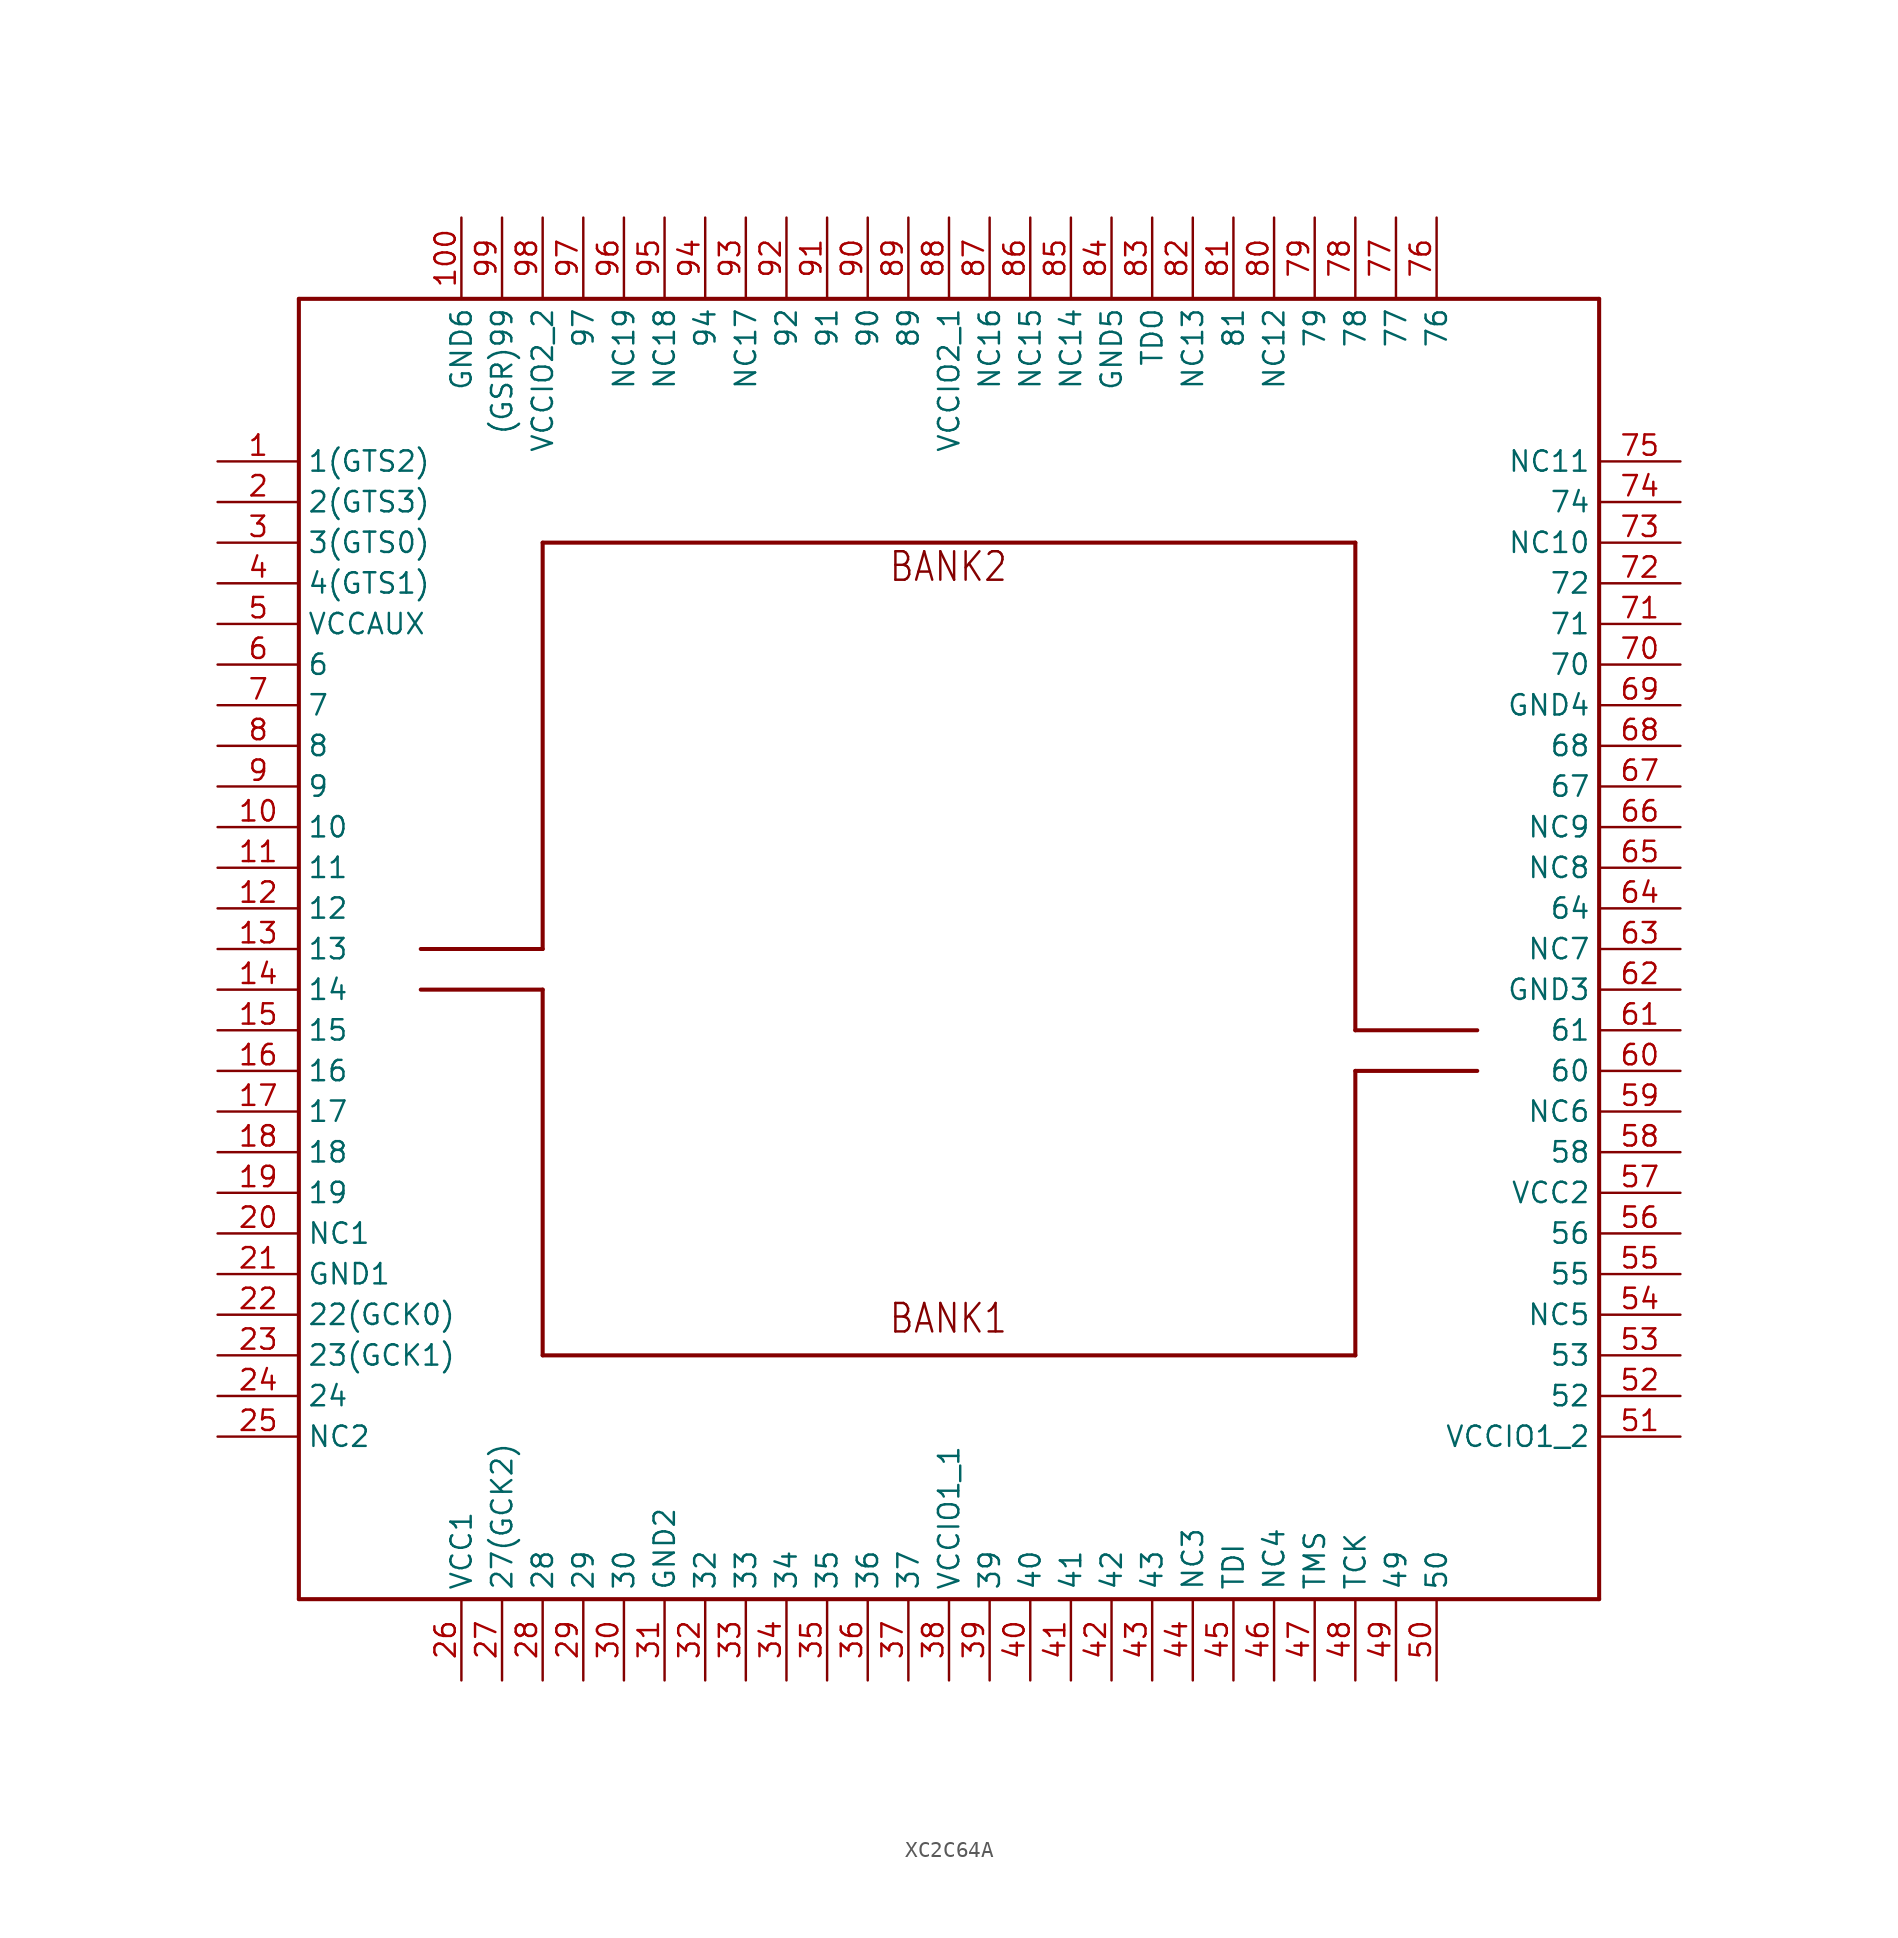
<source format=kicad_sym>
(kicad_symbol_lib
  (version 20220914)
  (generator kicad_symbol_editor)
  (symbol "XC2C64A"
    (property "Reference" ""
      (at 0 0 0)
      (effects (font (size 1.27 1.27)) hide))
    (property "ki_locked" ""
      (at 0 0 0)
      (effects (font (size 1.27 1.27))))
    (symbol "XC2C64A_1_0"
      (polyline (pts (xy -40.64 -40.64) (xy -40.64 40.64)) (stroke (width 0.254) (type solid)) (fill (type none)))
      (polyline (pts (xy -40.64 40.64) (xy 40.64 40.64)) (stroke (width 0.254) (type solid)) (fill (type none)))
      (polyline (pts (xy -33.02 -2.54) (xy -25.4 -2.54)) (stroke (width 0.254) (type solid)) (fill (type none)))
      (polyline (pts (xy -25.4 -25.4) (xy 25.4 -25.4)) (stroke (width 0.254) (type solid)) (fill (type none)))
      (polyline (pts (xy -25.4 -2.54) (xy -25.4 -25.4)) (stroke (width 0.254) (type solid)) (fill (type none)))
      (polyline (pts (xy -25.4 0) (xy -33.02 0)) (stroke (width 0.254) (type solid)) (fill (type none)))
      (polyline (pts (xy -25.4 25.4) (xy -25.4 0)) (stroke (width 0.254) (type solid)) (fill (type none)))
      (polyline (pts (xy 25.4 -25.4) (xy 25.4 -7.62)) (stroke (width 0.254) (type solid)) (fill (type none)))
      (polyline (pts (xy 25.4 -7.62) (xy 33.02 -7.62)) (stroke (width 0.254) (type solid)) (fill (type none)))
      (polyline (pts (xy 25.4 -5.08) (xy 25.4 25.4)) (stroke (width 0.254) (type solid)) (fill (type none)))
      (polyline (pts (xy 25.4 -5.08) (xy 33.02 -5.08)) (stroke (width 0.254) (type solid)) (fill (type none)))
      (polyline (pts (xy 25.4 25.4) (xy -25.4 25.4)) (stroke (width 0.254) (type solid)) (fill (type none)))
      (polyline (pts (xy 40.64 -40.64) (xy -40.64 -40.64)) (stroke (width 0.254) (type solid)) (fill (type none)))
      (polyline (pts (xy 40.64 40.64) (xy 40.64 -40.64)) (stroke (width 0.254) (type solid)) (fill (type none)))
      (text "BANK1" (at -3.81 -24.13 0) (effects (font (size 1.778 1.511)) (justify left bottom)))
      (text "BANK2" (at -3.81 22.86 0) (effects (font (size 1.778 1.511)) (justify left bottom)))
      (pin bidirectional line (at -45.72 30.48 0) (length 5.08) (name "1(GTS2)" (effects (font (size 1.27 1.27)))) (number "1" (effects (font (size 1.27 1.27)))))
      (pin bidirectional line (at -45.72 7.62 0) (length 5.08) (name "10" (effects (font (size 1.27 1.27)))) (number "10" (effects (font (size 1.27 1.27)))))
      (pin bidirectional line (at -30.48 45.72 270) (length 5.08) (name "GND6" (effects (font (size 1.27 1.27)))) (number "100" (effects (font (size 1.27 1.27)))))
      (pin bidirectional line (at -45.72 5.08 0) (length 5.08) (name "11" (effects (font (size 1.27 1.27)))) (number "11" (effects (font (size 1.27 1.27)))))
      (pin bidirectional line (at -45.72 2.54 0) (length 5.08) (name "12" (effects (font (size 1.27 1.27)))) (number "12" (effects (font (size 1.27 1.27)))))
      (pin bidirectional line (at -45.72 0 0) (length 5.08) (name "13" (effects (font (size 1.27 1.27)))) (number "13" (effects (font (size 1.27 1.27)))))
      (pin bidirectional line (at -45.72 -2.54 0) (length 5.08) (name "14" (effects (font (size 1.27 1.27)))) (number "14" (effects (font (size 1.27 1.27)))))
      (pin bidirectional line (at -45.72 -5.08 0) (length 5.08) (name "15" (effects (font (size 1.27 1.27)))) (number "15" (effects (font (size 1.27 1.27)))))
      (pin bidirectional line (at -45.72 -7.62 0) (length 5.08) (name "16" (effects (font (size 1.27 1.27)))) (number "16" (effects (font (size 1.27 1.27)))))
      (pin bidirectional line (at -45.72 -10.16 0) (length 5.08) (name "17" (effects (font (size 1.27 1.27)))) (number "17" (effects (font (size 1.27 1.27)))))
      (pin bidirectional line (at -45.72 -12.7 0) (length 5.08) (name "18" (effects (font (size 1.27 1.27)))) (number "18" (effects (font (size 1.27 1.27)))))
      (pin bidirectional line (at -45.72 -15.24 0) (length 5.08) (name "19" (effects (font (size 1.27 1.27)))) (number "19" (effects (font (size 1.27 1.27)))))
      (pin bidirectional line (at -45.72 27.94 0) (length 5.08) (name "2(GTS3)" (effects (font (size 1.27 1.27)))) (number "2" (effects (font (size 1.27 1.27)))))
      (pin bidirectional line (at -45.72 -17.78 0) (length 5.08) (name "NC1" (effects (font (size 1.27 1.27)))) (number "20" (effects (font (size 1.27 1.27)))))
      (pin bidirectional line (at -45.72 -20.32 0) (length 5.08) (name "GND1" (effects (font (size 1.27 1.27)))) (number "21" (effects (font (size 1.27 1.27)))))
      (pin bidirectional line (at -45.72 -22.86 0) (length 5.08) (name "22(GCK0)" (effects (font (size 1.27 1.27)))) (number "22" (effects (font (size 1.27 1.27)))))
      (pin bidirectional line (at -45.72 -25.4 0) (length 5.08) (name "23(GCK1)" (effects (font (size 1.27 1.27)))) (number "23" (effects (font (size 1.27 1.27)))))
      (pin bidirectional line (at -45.72 -27.94 0) (length 5.08) (name "24" (effects (font (size 1.27 1.27)))) (number "24" (effects (font (size 1.27 1.27)))))
      (pin bidirectional line (at -45.72 -30.48 0) (length 5.08) (name "NC2" (effects (font (size 1.27 1.27)))) (number "25" (effects (font (size 1.27 1.27)))))
      (pin bidirectional line (at -30.48 -45.72 90) (length 5.08) (name "VCC1" (effects (font (size 1.27 1.27)))) (number "26" (effects (font (size 1.27 1.27)))))
      (pin bidirectional line (at -27.94 -45.72 90) (length 5.08) (name "27(GCK2)" (effects (font (size 1.27 1.27)))) (number "27" (effects (font (size 1.27 1.27)))))
      (pin bidirectional line (at -25.4 -45.72 90) (length 5.08) (name "28" (effects (font (size 1.27 1.27)))) (number "28" (effects (font (size 1.27 1.27)))))
      (pin bidirectional line (at -22.86 -45.72 90) (length 5.08) (name "29" (effects (font (size 1.27 1.27)))) (number "29" (effects (font (size 1.27 1.27)))))
      (pin bidirectional line (at -45.72 25.4 0) (length 5.08) (name "3(GTS0)" (effects (font (size 1.27 1.27)))) (number "3" (effects (font (size 1.27 1.27)))))
      (pin bidirectional line (at -20.32 -45.72 90) (length 5.08) (name "30" (effects (font (size 1.27 1.27)))) (number "30" (effects (font (size 1.27 1.27)))))
      (pin bidirectional line (at -17.78 -45.72 90) (length 5.08) (name "GND2" (effects (font (size 1.27 1.27)))) (number "31" (effects (font (size 1.27 1.27)))))
      (pin bidirectional line (at -15.24 -45.72 90) (length 5.08) (name "32" (effects (font (size 1.27 1.27)))) (number "32" (effects (font (size 1.27 1.27)))))
      (pin bidirectional line (at -12.7 -45.72 90) (length 5.08) (name "33" (effects (font (size 1.27 1.27)))) (number "33" (effects (font (size 1.27 1.27)))))
      (pin bidirectional line (at -10.16 -45.72 90) (length 5.08) (name "34" (effects (font (size 1.27 1.27)))) (number "34" (effects (font (size 1.27 1.27)))))
      (pin bidirectional line (at -7.62 -45.72 90) (length 5.08) (name "35" (effects (font (size 1.27 1.27)))) (number "35" (effects (font (size 1.27 1.27)))))
      (pin bidirectional line (at -5.08 -45.72 90) (length 5.08) (name "36" (effects (font (size 1.27 1.27)))) (number "36" (effects (font (size 1.27 1.27)))))
      (pin bidirectional line (at -2.54 -45.72 90) (length 5.08) (name "37" (effects (font (size 1.27 1.27)))) (number "37" (effects (font (size 1.27 1.27)))))
      (pin bidirectional line (at 0 -45.72 90) (length 5.08) (name "VCCIO1_1" (effects (font (size 1.27 1.27)))) (number "38" (effects (font (size 1.27 1.27)))))
      (pin bidirectional line (at 2.54 -45.72 90) (length 5.08) (name "39" (effects (font (size 1.27 1.27)))) (number "39" (effects (font (size 1.27 1.27)))))
      (pin bidirectional line (at -45.72 22.86 0) (length 5.08) (name "4(GTS1)" (effects (font (size 1.27 1.27)))) (number "4" (effects (font (size 1.27 1.27)))))
      (pin bidirectional line (at 5.08 -45.72 90) (length 5.08) (name "40" (effects (font (size 1.27 1.27)))) (number "40" (effects (font (size 1.27 1.27)))))
      (pin bidirectional line (at 7.62 -45.72 90) (length 5.08) (name "41" (effects (font (size 1.27 1.27)))) (number "41" (effects (font (size 1.27 1.27)))))
      (pin bidirectional line (at 10.16 -45.72 90) (length 5.08) (name "42" (effects (font (size 1.27 1.27)))) (number "42" (effects (font (size 1.27 1.27)))))
      (pin bidirectional line (at 12.7 -45.72 90) (length 5.08) (name "43" (effects (font (size 1.27 1.27)))) (number "43" (effects (font (size 1.27 1.27)))))
      (pin bidirectional line (at 15.24 -45.72 90) (length 5.08) (name "NC3" (effects (font (size 1.27 1.27)))) (number "44" (effects (font (size 1.27 1.27)))))
      (pin bidirectional line (at 17.78 -45.72 90) (length 5.08) (name "TDI" (effects (font (size 1.27 1.27)))) (number "45" (effects (font (size 1.27 1.27)))))
      (pin bidirectional line (at 20.32 -45.72 90) (length 5.08) (name "NC4" (effects (font (size 1.27 1.27)))) (number "46" (effects (font (size 1.27 1.27)))))
      (pin bidirectional line (at 22.86 -45.72 90) (length 5.08) (name "TMS" (effects (font (size 1.27 1.27)))) (number "47" (effects (font (size 1.27 1.27)))))
      (pin bidirectional line (at 25.4 -45.72 90) (length 5.08) (name "TCK" (effects (font (size 1.27 1.27)))) (number "48" (effects (font (size 1.27 1.27)))))
      (pin bidirectional line (at 27.94 -45.72 90) (length 5.08) (name "49" (effects (font (size 1.27 1.27)))) (number "49" (effects (font (size 1.27 1.27)))))
      (pin bidirectional line (at -45.72 20.32 0) (length 5.08) (name "VCCAUX" (effects (font (size 1.27 1.27)))) (number "5" (effects (font (size 1.27 1.27)))))
      (pin bidirectional line (at 30.48 -45.72 90) (length 5.08) (name "50" (effects (font (size 1.27 1.27)))) (number "50" (effects (font (size 1.27 1.27)))))
      (pin bidirectional line (at 45.72 -30.48 180) (length 5.08) (name "VCCIO1_2" (effects (font (size 1.27 1.27)))) (number "51" (effects (font (size 1.27 1.27)))))
      (pin bidirectional line (at 45.72 -27.94 180) (length 5.08) (name "52" (effects (font (size 1.27 1.27)))) (number "52" (effects (font (size 1.27 1.27)))))
      (pin bidirectional line (at 45.72 -25.4 180) (length 5.08) (name "53" (effects (font (size 1.27 1.27)))) (number "53" (effects (font (size 1.27 1.27)))))
      (pin bidirectional line (at 45.72 -22.86 180) (length 5.08) (name "NC5" (effects (font (size 1.27 1.27)))) (number "54" (effects (font (size 1.27 1.27)))))
      (pin bidirectional line (at 45.72 -20.32 180) (length 5.08) (name "55" (effects (font (size 1.27 1.27)))) (number "55" (effects (font (size 1.27 1.27)))))
      (pin bidirectional line (at 45.72 -17.78 180) (length 5.08) (name "56" (effects (font (size 1.27 1.27)))) (number "56" (effects (font (size 1.27 1.27)))))
      (pin bidirectional line (at 45.72 -15.24 180) (length 5.08) (name "VCC2" (effects (font (size 1.27 1.27)))) (number "57" (effects (font (size 1.27 1.27)))))
      (pin bidirectional line (at 45.72 -12.7 180) (length 5.08) (name "58" (effects (font (size 1.27 1.27)))) (number "58" (effects (font (size 1.27 1.27)))))
      (pin bidirectional line (at 45.72 -10.16 180) (length 5.08) (name "NC6" (effects (font (size 1.27 1.27)))) (number "59" (effects (font (size 1.27 1.27)))))
      (pin bidirectional line (at -45.72 17.78 0) (length 5.08) (name "6" (effects (font (size 1.27 1.27)))) (number "6" (effects (font (size 1.27 1.27)))))
      (pin bidirectional line (at 45.72 -7.62 180) (length 5.08) (name "60" (effects (font (size 1.27 1.27)))) (number "60" (effects (font (size 1.27 1.27)))))
      (pin bidirectional line (at 45.72 -5.08 180) (length 5.08) (name "61" (effects (font (size 1.27 1.27)))) (number "61" (effects (font (size 1.27 1.27)))))
      (pin bidirectional line (at 45.72 -2.54 180) (length 5.08) (name "GND3" (effects (font (size 1.27 1.27)))) (number "62" (effects (font (size 1.27 1.27)))))
      (pin bidirectional line (at 45.72 0 180) (length 5.08) (name "NC7" (effects (font (size 1.27 1.27)))) (number "63" (effects (font (size 1.27 1.27)))))
      (pin bidirectional line (at 45.72 2.54 180) (length 5.08) (name "64" (effects (font (size 1.27 1.27)))) (number "64" (effects (font (size 1.27 1.27)))))
      (pin bidirectional line (at 45.72 5.08 180) (length 5.08) (name "NC8" (effects (font (size 1.27 1.27)))) (number "65" (effects (font (size 1.27 1.27)))))
      (pin bidirectional line (at 45.72 7.62 180) (length 5.08) (name "NC9" (effects (font (size 1.27 1.27)))) (number "66" (effects (font (size 1.27 1.27)))))
      (pin bidirectional line (at 45.72 10.16 180) (length 5.08) (name "67" (effects (font (size 1.27 1.27)))) (number "67" (effects (font (size 1.27 1.27)))))
      (pin bidirectional line (at 45.72 12.7 180) (length 5.08) (name "68" (effects (font (size 1.27 1.27)))) (number "68" (effects (font (size 1.27 1.27)))))
      (pin bidirectional line (at 45.72 15.24 180) (length 5.08) (name "GND4" (effects (font (size 1.27 1.27)))) (number "69" (effects (font (size 1.27 1.27)))))
      (pin bidirectional line (at -45.72 15.24 0) (length 5.08) (name "7" (effects (font (size 1.27 1.27)))) (number "7" (effects (font (size 1.27 1.27)))))
      (pin bidirectional line (at 45.72 17.78 180) (length 5.08) (name "70" (effects (font (size 1.27 1.27)))) (number "70" (effects (font (size 1.27 1.27)))))
      (pin bidirectional line (at 45.72 20.32 180) (length 5.08) (name "71" (effects (font (size 1.27 1.27)))) (number "71" (effects (font (size 1.27 1.27)))))
      (pin bidirectional line (at 45.72 22.86 180) (length 5.08) (name "72" (effects (font (size 1.27 1.27)))) (number "72" (effects (font (size 1.27 1.27)))))
      (pin bidirectional line (at 45.72 25.4 180) (length 5.08) (name "NC10" (effects (font (size 1.27 1.27)))) (number "73" (effects (font (size 1.27 1.27)))))
      (pin bidirectional line (at 45.72 27.94 180) (length 5.08) (name "74" (effects (font (size 1.27 1.27)))) (number "74" (effects (font (size 1.27 1.27)))))
      (pin bidirectional line (at 45.72 30.48 180) (length 5.08) (name "NC11" (effects (font (size 1.27 1.27)))) (number "75" (effects (font (size 1.27 1.27)))))
      (pin bidirectional line (at 30.48 45.72 270) (length 5.08) (name "76" (effects (font (size 1.27 1.27)))) (number "76" (effects (font (size 1.27 1.27)))))
      (pin bidirectional line (at 27.94 45.72 270) (length 5.08) (name "77" (effects (font (size 1.27 1.27)))) (number "77" (effects (font (size 1.27 1.27)))))
      (pin bidirectional line (at 25.4 45.72 270) (length 5.08) (name "78" (effects (font (size 1.27 1.27)))) (number "78" (effects (font (size 1.27 1.27)))))
      (pin bidirectional line (at 22.86 45.72 270) (length 5.08) (name "79" (effects (font (size 1.27 1.27)))) (number "79" (effects (font (size 1.27 1.27)))))
      (pin bidirectional line (at -45.72 12.7 0) (length 5.08) (name "8" (effects (font (size 1.27 1.27)))) (number "8" (effects (font (size 1.27 1.27)))))
      (pin bidirectional line (at 20.32 45.72 270) (length 5.08) (name "NC12" (effects (font (size 1.27 1.27)))) (number "80" (effects (font (size 1.27 1.27)))))
      (pin bidirectional line (at 17.78 45.72 270) (length 5.08) (name "81" (effects (font (size 1.27 1.27)))) (number "81" (effects (font (size 1.27 1.27)))))
      (pin bidirectional line (at 15.24 45.72 270) (length 5.08) (name "NC13" (effects (font (size 1.27 1.27)))) (number "82" (effects (font (size 1.27 1.27)))))
      (pin bidirectional line (at 12.7 45.72 270) (length 5.08) (name "TDO" (effects (font (size 1.27 1.27)))) (number "83" (effects (font (size 1.27 1.27)))))
      (pin bidirectional line (at 10.16 45.72 270) (length 5.08) (name "GND5" (effects (font (size 1.27 1.27)))) (number "84" (effects (font (size 1.27 1.27)))))
      (pin bidirectional line (at 7.62 45.72 270) (length 5.08) (name "NC14" (effects (font (size 1.27 1.27)))) (number "85" (effects (font (size 1.27 1.27)))))
      (pin bidirectional line (at 5.08 45.72 270) (length 5.08) (name "NC15" (effects (font (size 1.27 1.27)))) (number "86" (effects (font (size 1.27 1.27)))))
      (pin bidirectional line (at 2.54 45.72 270) (length 5.08) (name "NC16" (effects (font (size 1.27 1.27)))) (number "87" (effects (font (size 1.27 1.27)))))
      (pin bidirectional line (at 0 45.72 270) (length 5.08) (name "VCCIO2_1" (effects (font (size 1.27 1.27)))) (number "88" (effects (font (size 1.27 1.27)))))
      (pin bidirectional line (at -2.54 45.72 270) (length 5.08) (name "89" (effects (font (size 1.27 1.27)))) (number "89" (effects (font (size 1.27 1.27)))))
      (pin bidirectional line (at -45.72 10.16 0) (length 5.08) (name "9" (effects (font (size 1.27 1.27)))) (number "9" (effects (font (size 1.27 1.27)))))
      (pin bidirectional line (at -5.08 45.72 270) (length 5.08) (name "90" (effects (font (size 1.27 1.27)))) (number "90" (effects (font (size 1.27 1.27)))))
      (pin bidirectional line (at -7.62 45.72 270) (length 5.08) (name "91" (effects (font (size 1.27 1.27)))) (number "91" (effects (font (size 1.27 1.27)))))
      (pin bidirectional line (at -10.16 45.72 270) (length 5.08) (name "92" (effects (font (size 1.27 1.27)))) (number "92" (effects (font (size 1.27 1.27)))))
      (pin bidirectional line (at -12.7 45.72 270) (length 5.08) (name "NC17" (effects (font (size 1.27 1.27)))) (number "93" (effects (font (size 1.27 1.27)))))
      (pin bidirectional line (at -15.24 45.72 270) (length 5.08) (name "94" (effects (font (size 1.27 1.27)))) (number "94" (effects (font (size 1.27 1.27)))))
      (pin bidirectional line (at -17.78 45.72 270) (length 5.08) (name "NC18" (effects (font (size 1.27 1.27)))) (number "95" (effects (font (size 1.27 1.27)))))
      (pin bidirectional line (at -20.32 45.72 270) (length 5.08) (name "NC19" (effects (font (size 1.27 1.27)))) (number "96" (effects (font (size 1.27 1.27)))))
      (pin bidirectional line (at -22.86 45.72 270) (length 5.08) (name "97" (effects (font (size 1.27 1.27)))) (number "97" (effects (font (size 1.27 1.27)))))
      (pin bidirectional line (at -25.4 45.72 270) (length 5.08) (name "VCCIO2_2" (effects (font (size 1.27 1.27)))) (number "98" (effects (font (size 1.27 1.27)))))
      (pin bidirectional line (at -27.94 45.72 270) (length 5.08) (name "(GSR)99" (effects (font (size 1.27 1.27)))) (number "99" (effects (font (size 1.27 1.27))))))))
</source>
